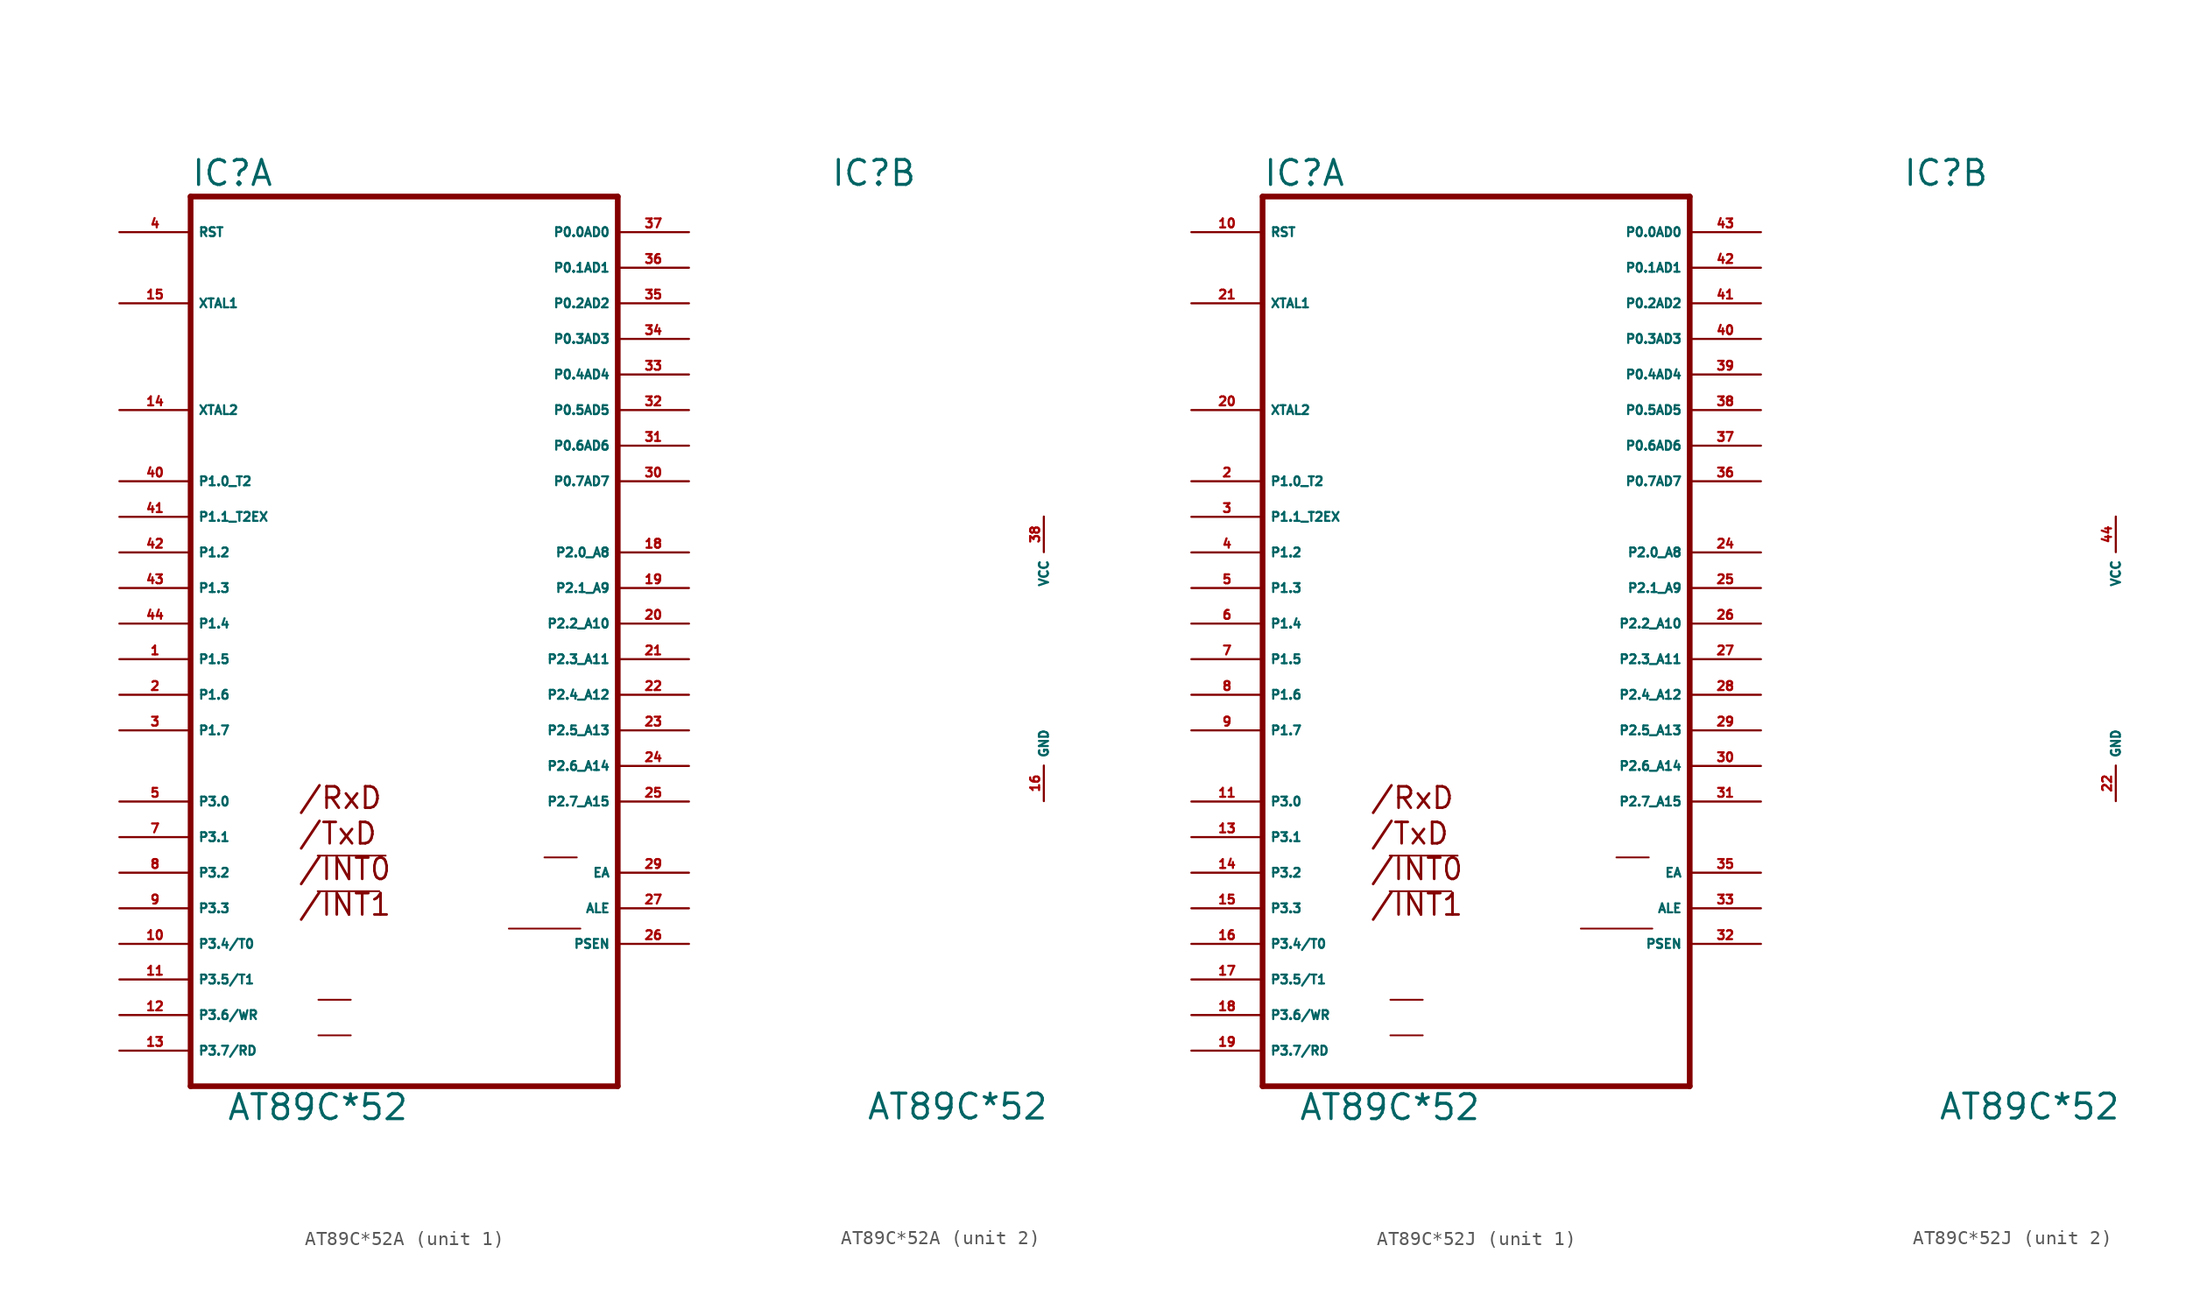
<source format=kicad_sym>
(kicad_symbol_lib
  (version 20220914)
  (generator Eagle2Kicad)
  (symbol "AT89C*52A"
    (property "Reference" "IC"
      (at -15.24 33.655 0)
      (effects (font (size 1.778 1.778) (thickness 0.22)) (justify left bottom)))
    (property "Value" "AT89C*52"
      (at -12.7 -33.02 0)
      (effects (font (size 1.778 1.778) (thickness 0.22)) (justify left bottom)))
    (symbol "AT89C*52A_1_0"
      (polyline (pts (xy -6.172 -16.561) (xy -1.778 -16.561)) (stroke (width 0.127) (type default)) (fill (type none)))
      (polyline (pts (xy -6.172 -14.021) (xy -1.321 -14.021)) (stroke (width 0.127) (type default)) (fill (type none)))
      (polyline (pts (xy -6.121 -26.848) (xy -3.81 -26.848)) (stroke (width 0.127) (type default)) (fill (type none)))
      (polyline (pts (xy -6.121 -24.308) (xy -3.81 -24.308)) (stroke (width 0.127) (type default)) (fill (type none)))
      (polyline (pts (xy 7.468 -19.228) (xy 12.573 -19.228)) (stroke (width 0.127) (type default)) (fill (type none)))
      (polyline (pts (xy 10.008 -14.148) (xy 12.319 -14.148)) (stroke (width 0.127) (type default)) (fill (type none)))
      (polyline (pts (xy -15.24 -30.48) (xy 15.24 -30.48)) (stroke (width 0.406) (type default)) (fill (type none)))
      (polyline (pts (xy 15.24 -30.48) (xy 15.24 33.02)) (stroke (width 0.406) (type default)) (fill (type none)))
      (polyline (pts (xy 15.24 33.02) (xy -15.24 33.02)) (stroke (width 0.406) (type default)) (fill (type none)))
      (polyline (pts (xy -15.24 33.02) (xy -15.24 -30.48)) (stroke (width 0.406) (type default)) (fill (type none)))
      (text "/INT1" (at -7.62 -18.415 0) (effects (font (size 1.524 1.524) (thickness 0.19)) (justify left bottom)))
      (text "/INT0" (at -7.62 -15.875 0) (effects (font (size 1.524 1.524) (thickness 0.19)) (justify left bottom)))
      (text "/RxD" (at -7.62 -10.795 0) (effects (font (size 1.524 1.524) (thickness 0.19)) (justify left bottom)))
      (text "/TxD" (at -7.62 -13.335 0) (effects (font (size 1.524 1.524) (thickness 0.19)) (justify left bottom)))
      (pin input line (at 20.32 -15.24 180) (length 5.08) (name "EA" (effects (font (size 0.635 0.635) (thickness 0.08)) (justify left bottom))) (number "29" (effects (font (size 0.635 0.635) (thickness 0.08)) (justify left bottom))))
      (pin bidirectional line (at 20.32 30.48 180) (length 5.08) (name "P0.0AD0" (effects (font (size 0.635 0.635) (thickness 0.08)) (justify left bottom))) (number "37" (effects (font (size 0.635 0.635) (thickness 0.08)) (justify left bottom))))
      (pin bidirectional line (at 20.32 27.94 180) (length 5.08) (name "P0.1AD1" (effects (font (size 0.635 0.635) (thickness 0.08)) (justify left bottom))) (number "36" (effects (font (size 0.635 0.635) (thickness 0.08)) (justify left bottom))))
      (pin bidirectional line (at 20.32 25.4 180) (length 5.08) (name "P0.2AD2" (effects (font (size 0.635 0.635) (thickness 0.08)) (justify left bottom))) (number "35" (effects (font (size 0.635 0.635) (thickness 0.08)) (justify left bottom))))
      (pin bidirectional line (at 20.32 22.86 180) (length 5.08) (name "P0.3AD3" (effects (font (size 0.635 0.635) (thickness 0.08)) (justify left bottom))) (number "34" (effects (font (size 0.635 0.635) (thickness 0.08)) (justify left bottom))))
      (pin bidirectional line (at 20.32 20.32 180) (length 5.08) (name "P0.4AD4" (effects (font (size 0.635 0.635) (thickness 0.08)) (justify left bottom))) (number "33" (effects (font (size 0.635 0.635) (thickness 0.08)) (justify left bottom))))
      (pin bidirectional line (at 20.32 17.78 180) (length 5.08) (name "P0.5AD5" (effects (font (size 0.635 0.635) (thickness 0.08)) (justify left bottom))) (number "32" (effects (font (size 0.635 0.635) (thickness 0.08)) (justify left bottom))))
      (pin bidirectional line (at 20.32 15.24 180) (length 5.08) (name "P0.6AD6" (effects (font (size 0.635 0.635) (thickness 0.08)) (justify left bottom))) (number "31" (effects (font (size 0.635 0.635) (thickness 0.08)) (justify left bottom))))
      (pin bidirectional line (at 20.32 12.7 180) (length 5.08) (name "P0.7AD7" (effects (font (size 0.635 0.635) (thickness 0.08)) (justify left bottom))) (number "30" (effects (font (size 0.635 0.635) (thickness 0.08)) (justify left bottom))))
      (pin input line (at -20.32 25.4 0) (length 5.08) (name "XTAL1" (effects (font (size 0.635 0.635) (thickness 0.08)) (justify left bottom))) (number "15" (effects (font (size 0.635 0.635) (thickness 0.08)) (justify left bottom))))
      (pin input line (at -20.32 17.78 0) (length 5.08) (name "XTAL2" (effects (font (size 0.635 0.635) (thickness 0.08)) (justify left bottom))) (number "14" (effects (font (size 0.635 0.635) (thickness 0.08)) (justify left bottom))))
      (pin input line (at -20.32 30.48 0) (length 5.08) (name "RST" (effects (font (size 0.635 0.635) (thickness 0.08)) (justify left bottom))) (number "4" (effects (font (size 0.635 0.635) (thickness 0.08)) (justify left bottom))))
      (pin output line (at 20.32 -17.78 180) (length 5.08) (name "ALE" (effects (font (size 0.635 0.635) (thickness 0.08)) (justify left bottom))) (number "27" (effects (font (size 0.635 0.635) (thickness 0.08)) (justify left bottom))))
      (pin output line (at 20.32 -20.32 180) (length 5.08) (name "PSEN" (effects (font (size 0.635 0.635) (thickness 0.08)) (justify left bottom))) (number "26" (effects (font (size 0.635 0.635) (thickness 0.08)) (justify left bottom))))
      (pin bidirectional line (at 20.32 7.62 180) (length 5.08) (name "P2.0_A8" (effects (font (size 0.635 0.635) (thickness 0.08)) (justify left bottom))) (number "18" (effects (font (size 0.635 0.635) (thickness 0.08)) (justify left bottom))))
      (pin bidirectional line (at 20.32 5.08 180) (length 5.08) (name "P2.1_A9" (effects (font (size 0.635 0.635) (thickness 0.08)) (justify left bottom))) (number "19" (effects (font (size 0.635 0.635) (thickness 0.08)) (justify left bottom))))
      (pin bidirectional line (at 20.32 2.54 180) (length 5.08) (name "P2.2_A10" (effects (font (size 0.635 0.635) (thickness 0.08)) (justify left bottom))) (number "20" (effects (font (size 0.635 0.635) (thickness 0.08)) (justify left bottom))))
      (pin bidirectional line (at 20.32 0 180) (length 5.08) (name "P2.3_A11" (effects (font (size 0.635 0.635) (thickness 0.08)) (justify left bottom))) (number "21" (effects (font (size 0.635 0.635) (thickness 0.08)) (justify left bottom))))
      (pin bidirectional line (at 20.32 -2.54 180) (length 5.08) (name "P2.4_A12" (effects (font (size 0.635 0.635) (thickness 0.08)) (justify left bottom))) (number "22" (effects (font (size 0.635 0.635) (thickness 0.08)) (justify left bottom))))
      (pin bidirectional line (at 20.32 -5.08 180) (length 5.08) (name "P2.5_A13" (effects (font (size 0.635 0.635) (thickness 0.08)) (justify left bottom))) (number "23" (effects (font (size 0.635 0.635) (thickness 0.08)) (justify left bottom))))
      (pin bidirectional line (at 20.32 -7.62 180) (length 5.08) (name "P2.6_A14" (effects (font (size 0.635 0.635) (thickness 0.08)) (justify left bottom))) (number "24" (effects (font (size 0.635 0.635) (thickness 0.08)) (justify left bottom))))
      (pin bidirectional line (at 20.32 -10.16 180) (length 5.08) (name "P2.7_A15" (effects (font (size 0.635 0.635) (thickness 0.08)) (justify left bottom))) (number "25" (effects (font (size 0.635 0.635) (thickness 0.08)) (justify left bottom))))
      (pin bidirectional line (at -20.32 12.7 0) (length 5.08) (name "P1.0_T2" (effects (font (size 0.635 0.635) (thickness 0.08)) (justify left bottom))) (number "40" (effects (font (size 0.635 0.635) (thickness 0.08)) (justify left bottom))))
      (pin bidirectional line (at -20.32 10.16 0) (length 5.08) (name "P1.1_T2EX" (effects (font (size 0.635 0.635) (thickness 0.08)) (justify left bottom))) (number "41" (effects (font (size 0.635 0.635) (thickness 0.08)) (justify left bottom))))
      (pin bidirectional line (at -20.32 7.62 0) (length 5.08) (name "P1.2" (effects (font (size 0.635 0.635) (thickness 0.08)) (justify left bottom))) (number "42" (effects (font (size 0.635 0.635) (thickness 0.08)) (justify left bottom))))
      (pin bidirectional line (at -20.32 5.08 0) (length 5.08) (name "P1.3" (effects (font (size 0.635 0.635) (thickness 0.08)) (justify left bottom))) (number "43" (effects (font (size 0.635 0.635) (thickness 0.08)) (justify left bottom))))
      (pin bidirectional line (at -20.32 2.54 0) (length 5.08) (name "P1.4" (effects (font (size 0.635 0.635) (thickness 0.08)) (justify left bottom))) (number "44" (effects (font (size 0.635 0.635) (thickness 0.08)) (justify left bottom))))
      (pin bidirectional line (at -20.32 0 0) (length 5.08) (name "P1.5" (effects (font (size 0.635 0.635) (thickness 0.08)) (justify left bottom))) (number "1" (effects (font (size 0.635 0.635) (thickness 0.08)) (justify left bottom))))
      (pin bidirectional line (at -20.32 -2.54 0) (length 5.08) (name "P1.6" (effects (font (size 0.635 0.635) (thickness 0.08)) (justify left bottom))) (number "2" (effects (font (size 0.635 0.635) (thickness 0.08)) (justify left bottom))))
      (pin bidirectional line (at -20.32 -5.08 0) (length 5.08) (name "P1.7" (effects (font (size 0.635 0.635) (thickness 0.08)) (justify left bottom))) (number "3" (effects (font (size 0.635 0.635) (thickness 0.08)) (justify left bottom))))
      (pin bidirectional line (at -20.32 -10.16 0) (length 5.08) (name "P3.0" (effects (font (size 0.635 0.635) (thickness 0.08)) (justify left bottom))) (number "5" (effects (font (size 0.635 0.635) (thickness 0.08)) (justify left bottom))))
      (pin bidirectional line (at -20.32 -12.7 0) (length 5.08) (name "P3.1" (effects (font (size 0.635 0.635) (thickness 0.08)) (justify left bottom))) (number "7" (effects (font (size 0.635 0.635) (thickness 0.08)) (justify left bottom))))
      (pin bidirectional line (at -20.32 -15.24 0) (length 5.08) (name "P3.2" (effects (font (size 0.635 0.635) (thickness 0.08)) (justify left bottom))) (number "8" (effects (font (size 0.635 0.635) (thickness 0.08)) (justify left bottom))))
      (pin bidirectional line (at -20.32 -17.78 0) (length 5.08) (name "P3.3" (effects (font (size 0.635 0.635) (thickness 0.08)) (justify left bottom))) (number "9" (effects (font (size 0.635 0.635) (thickness 0.08)) (justify left bottom))))
      (pin bidirectional line (at -20.32 -20.32 0) (length 5.08) (name "P3.4/T0" (effects (font (size 0.635 0.635) (thickness 0.08)) (justify left bottom))) (number "10" (effects (font (size 0.635 0.635) (thickness 0.08)) (justify left bottom))))
      (pin bidirectional line (at -20.32 -22.86 0) (length 5.08) (name "P3.5/T1" (effects (font (size 0.635 0.635) (thickness 0.08)) (justify left bottom))) (number "11" (effects (font (size 0.635 0.635) (thickness 0.08)) (justify left bottom))))
      (pin bidirectional line (at -20.32 -25.4 0) (length 5.08) (name "P3.6/WR" (effects (font (size 0.635 0.635) (thickness 0.08)) (justify left bottom))) (number "12" (effects (font (size 0.635 0.635) (thickness 0.08)) (justify left bottom))))
      (pin bidirectional line (at -20.32 -27.94 0) (length 5.08) (name "P3.7/RD" (effects (font (size 0.635 0.635) (thickness 0.08)) (justify left bottom))) (number "13" (effects (font (size 0.635 0.635) (thickness 0.08)) (justify left bottom)))))
    (symbol "AT89C*52A_2_0"
      (pin unspecified line (at 0 -10.16 90) (length 2.54) (name "GND" (effects (font (size 0.635 0.635) (thickness 0.08)) (justify left bottom))) (number "16" (effects (font (size 0.635 0.635) (thickness 0.08)) (justify left bottom))))
      (pin unspecified line (at 0 10.16 270) (length 2.54) (name "VCC" (effects (font (size 0.635 0.635) (thickness 0.08)) (justify left bottom))) (number "38" (effects (font (size 0.635 0.635) (thickness 0.08)) (justify left bottom))))))
  (symbol "AT89C*52J"
    (property "Reference" "IC"
      (at -15.24 33.655 0)
      (effects (font (size 1.778 1.778) (thickness 0.22)) (justify left bottom)))
    (property "Value" "AT89C*52"
      (at -12.7 -33.02 0)
      (effects (font (size 1.778 1.778) (thickness 0.22)) (justify left bottom)))
    (symbol "AT89C*52J_1_0"
      (polyline (pts (xy -6.172 -16.561) (xy -1.778 -16.561)) (stroke (width 0.127) (type default)) (fill (type none)))
      (polyline (pts (xy -6.172 -14.021) (xy -1.321 -14.021)) (stroke (width 0.127) (type default)) (fill (type none)))
      (polyline (pts (xy -6.121 -26.848) (xy -3.81 -26.848)) (stroke (width 0.127) (type default)) (fill (type none)))
      (polyline (pts (xy -6.121 -24.308) (xy -3.81 -24.308)) (stroke (width 0.127) (type default)) (fill (type none)))
      (polyline (pts (xy 7.468 -19.228) (xy 12.573 -19.228)) (stroke (width 0.127) (type default)) (fill (type none)))
      (polyline (pts (xy 10.008 -14.148) (xy 12.319 -14.148)) (stroke (width 0.127) (type default)) (fill (type none)))
      (polyline (pts (xy -15.24 -30.48) (xy 15.24 -30.48)) (stroke (width 0.406) (type default)) (fill (type none)))
      (polyline (pts (xy 15.24 -30.48) (xy 15.24 33.02)) (stroke (width 0.406) (type default)) (fill (type none)))
      (polyline (pts (xy 15.24 33.02) (xy -15.24 33.02)) (stroke (width 0.406) (type default)) (fill (type none)))
      (polyline (pts (xy -15.24 33.02) (xy -15.24 -30.48)) (stroke (width 0.406) (type default)) (fill (type none)))
      (text "/INT1" (at -7.62 -18.415 0) (effects (font (size 1.524 1.524) (thickness 0.19)) (justify left bottom)))
      (text "/INT0" (at -7.62 -15.875 0) (effects (font (size 1.524 1.524) (thickness 0.19)) (justify left bottom)))
      (text "/RxD" (at -7.62 -10.795 0) (effects (font (size 1.524 1.524) (thickness 0.19)) (justify left bottom)))
      (text "/TxD" (at -7.62 -13.335 0) (effects (font (size 1.524 1.524) (thickness 0.19)) (justify left bottom)))
      (pin input line (at 20.32 -15.24 180) (length 5.08) (name "EA" (effects (font (size 0.635 0.635) (thickness 0.08)) (justify left bottom))) (number "35" (effects (font (size 0.635 0.635) (thickness 0.08)) (justify left bottom))))
      (pin bidirectional line (at 20.32 30.48 180) (length 5.08) (name "P0.0AD0" (effects (font (size 0.635 0.635) (thickness 0.08)) (justify left bottom))) (number "43" (effects (font (size 0.635 0.635) (thickness 0.08)) (justify left bottom))))
      (pin bidirectional line (at 20.32 27.94 180) (length 5.08) (name "P0.1AD1" (effects (font (size 0.635 0.635) (thickness 0.08)) (justify left bottom))) (number "42" (effects (font (size 0.635 0.635) (thickness 0.08)) (justify left bottom))))
      (pin bidirectional line (at 20.32 25.4 180) (length 5.08) (name "P0.2AD2" (effects (font (size 0.635 0.635) (thickness 0.08)) (justify left bottom))) (number "41" (effects (font (size 0.635 0.635) (thickness 0.08)) (justify left bottom))))
      (pin bidirectional line (at 20.32 22.86 180) (length 5.08) (name "P0.3AD3" (effects (font (size 0.635 0.635) (thickness 0.08)) (justify left bottom))) (number "40" (effects (font (size 0.635 0.635) (thickness 0.08)) (justify left bottom))))
      (pin bidirectional line (at 20.32 20.32 180) (length 5.08) (name "P0.4AD4" (effects (font (size 0.635 0.635) (thickness 0.08)) (justify left bottom))) (number "39" (effects (font (size 0.635 0.635) (thickness 0.08)) (justify left bottom))))
      (pin bidirectional line (at 20.32 17.78 180) (length 5.08) (name "P0.5AD5" (effects (font (size 0.635 0.635) (thickness 0.08)) (justify left bottom))) (number "38" (effects (font (size 0.635 0.635) (thickness 0.08)) (justify left bottom))))
      (pin bidirectional line (at 20.32 15.24 180) (length 5.08) (name "P0.6AD6" (effects (font (size 0.635 0.635) (thickness 0.08)) (justify left bottom))) (number "37" (effects (font (size 0.635 0.635) (thickness 0.08)) (justify left bottom))))
      (pin bidirectional line (at 20.32 12.7 180) (length 5.08) (name "P0.7AD7" (effects (font (size 0.635 0.635) (thickness 0.08)) (justify left bottom))) (number "36" (effects (font (size 0.635 0.635) (thickness 0.08)) (justify left bottom))))
      (pin input line (at -20.32 25.4 0) (length 5.08) (name "XTAL1" (effects (font (size 0.635 0.635) (thickness 0.08)) (justify left bottom))) (number "21" (effects (font (size 0.635 0.635) (thickness 0.08)) (justify left bottom))))
      (pin input line (at -20.32 17.78 0) (length 5.08) (name "XTAL2" (effects (font (size 0.635 0.635) (thickness 0.08)) (justify left bottom))) (number "20" (effects (font (size 0.635 0.635) (thickness 0.08)) (justify left bottom))))
      (pin input line (at -20.32 30.48 0) (length 5.08) (name "RST" (effects (font (size 0.635 0.635) (thickness 0.08)) (justify left bottom))) (number "10" (effects (font (size 0.635 0.635) (thickness 0.08)) (justify left bottom))))
      (pin output line (at 20.32 -17.78 180) (length 5.08) (name "ALE" (effects (font (size 0.635 0.635) (thickness 0.08)) (justify left bottom))) (number "33" (effects (font (size 0.635 0.635) (thickness 0.08)) (justify left bottom))))
      (pin output line (at 20.32 -20.32 180) (length 5.08) (name "PSEN" (effects (font (size 0.635 0.635) (thickness 0.08)) (justify left bottom))) (number "32" (effects (font (size 0.635 0.635) (thickness 0.08)) (justify left bottom))))
      (pin bidirectional line (at 20.32 7.62 180) (length 5.08) (name "P2.0_A8" (effects (font (size 0.635 0.635) (thickness 0.08)) (justify left bottom))) (number "24" (effects (font (size 0.635 0.635) (thickness 0.08)) (justify left bottom))))
      (pin bidirectional line (at 20.32 5.08 180) (length 5.08) (name "P2.1_A9" (effects (font (size 0.635 0.635) (thickness 0.08)) (justify left bottom))) (number "25" (effects (font (size 0.635 0.635) (thickness 0.08)) (justify left bottom))))
      (pin bidirectional line (at 20.32 2.54 180) (length 5.08) (name "P2.2_A10" (effects (font (size 0.635 0.635) (thickness 0.08)) (justify left bottom))) (number "26" (effects (font (size 0.635 0.635) (thickness 0.08)) (justify left bottom))))
      (pin bidirectional line (at 20.32 0 180) (length 5.08) (name "P2.3_A11" (effects (font (size 0.635 0.635) (thickness 0.08)) (justify left bottom))) (number "27" (effects (font (size 0.635 0.635) (thickness 0.08)) (justify left bottom))))
      (pin bidirectional line (at 20.32 -2.54 180) (length 5.08) (name "P2.4_A12" (effects (font (size 0.635 0.635) (thickness 0.08)) (justify left bottom))) (number "28" (effects (font (size 0.635 0.635) (thickness 0.08)) (justify left bottom))))
      (pin bidirectional line (at 20.32 -5.08 180) (length 5.08) (name "P2.5_A13" (effects (font (size 0.635 0.635) (thickness 0.08)) (justify left bottom))) (number "29" (effects (font (size 0.635 0.635) (thickness 0.08)) (justify left bottom))))
      (pin bidirectional line (at 20.32 -7.62 180) (length 5.08) (name "P2.6_A14" (effects (font (size 0.635 0.635) (thickness 0.08)) (justify left bottom))) (number "30" (effects (font (size 0.635 0.635) (thickness 0.08)) (justify left bottom))))
      (pin bidirectional line (at 20.32 -10.16 180) (length 5.08) (name "P2.7_A15" (effects (font (size 0.635 0.635) (thickness 0.08)) (justify left bottom))) (number "31" (effects (font (size 0.635 0.635) (thickness 0.08)) (justify left bottom))))
      (pin bidirectional line (at -20.32 12.7 0) (length 5.08) (name "P1.0_T2" (effects (font (size 0.635 0.635) (thickness 0.08)) (justify left bottom))) (number "2" (effects (font (size 0.635 0.635) (thickness 0.08)) (justify left bottom))))
      (pin bidirectional line (at -20.32 10.16 0) (length 5.08) (name "P1.1_T2EX" (effects (font (size 0.635 0.635) (thickness 0.08)) (justify left bottom))) (number "3" (effects (font (size 0.635 0.635) (thickness 0.08)) (justify left bottom))))
      (pin bidirectional line (at -20.32 7.62 0) (length 5.08) (name "P1.2" (effects (font (size 0.635 0.635) (thickness 0.08)) (justify left bottom))) (number "4" (effects (font (size 0.635 0.635) (thickness 0.08)) (justify left bottom))))
      (pin bidirectional line (at -20.32 5.08 0) (length 5.08) (name "P1.3" (effects (font (size 0.635 0.635) (thickness 0.08)) (justify left bottom))) (number "5" (effects (font (size 0.635 0.635) (thickness 0.08)) (justify left bottom))))
      (pin bidirectional line (at -20.32 2.54 0) (length 5.08) (name "P1.4" (effects (font (size 0.635 0.635) (thickness 0.08)) (justify left bottom))) (number "6" (effects (font (size 0.635 0.635) (thickness 0.08)) (justify left bottom))))
      (pin bidirectional line (at -20.32 0 0) (length 5.08) (name "P1.5" (effects (font (size 0.635 0.635) (thickness 0.08)) (justify left bottom))) (number "7" (effects (font (size 0.635 0.635) (thickness 0.08)) (justify left bottom))))
      (pin bidirectional line (at -20.32 -2.54 0) (length 5.08) (name "P1.6" (effects (font (size 0.635 0.635) (thickness 0.08)) (justify left bottom))) (number "8" (effects (font (size 0.635 0.635) (thickness 0.08)) (justify left bottom))))
      (pin bidirectional line (at -20.32 -5.08 0) (length 5.08) (name "P1.7" (effects (font (size 0.635 0.635) (thickness 0.08)) (justify left bottom))) (number "9" (effects (font (size 0.635 0.635) (thickness 0.08)) (justify left bottom))))
      (pin bidirectional line (at -20.32 -10.16 0) (length 5.08) (name "P3.0" (effects (font (size 0.635 0.635) (thickness 0.08)) (justify left bottom))) (number "11" (effects (font (size 0.635 0.635) (thickness 0.08)) (justify left bottom))))
      (pin bidirectional line (at -20.32 -12.7 0) (length 5.08) (name "P3.1" (effects (font (size 0.635 0.635) (thickness 0.08)) (justify left bottom))) (number "13" (effects (font (size 0.635 0.635) (thickness 0.08)) (justify left bottom))))
      (pin bidirectional line (at -20.32 -15.24 0) (length 5.08) (name "P3.2" (effects (font (size 0.635 0.635) (thickness 0.08)) (justify left bottom))) (number "14" (effects (font (size 0.635 0.635) (thickness 0.08)) (justify left bottom))))
      (pin bidirectional line (at -20.32 -17.78 0) (length 5.08) (name "P3.3" (effects (font (size 0.635 0.635) (thickness 0.08)) (justify left bottom))) (number "15" (effects (font (size 0.635 0.635) (thickness 0.08)) (justify left bottom))))
      (pin bidirectional line (at -20.32 -20.32 0) (length 5.08) (name "P3.4/T0" (effects (font (size 0.635 0.635) (thickness 0.08)) (justify left bottom))) (number "16" (effects (font (size 0.635 0.635) (thickness 0.08)) (justify left bottom))))
      (pin bidirectional line (at -20.32 -22.86 0) (length 5.08) (name "P3.5/T1" (effects (font (size 0.635 0.635) (thickness 0.08)) (justify left bottom))) (number "17" (effects (font (size 0.635 0.635) (thickness 0.08)) (justify left bottom))))
      (pin bidirectional line (at -20.32 -25.4 0) (length 5.08) (name "P3.6/WR" (effects (font (size 0.635 0.635) (thickness 0.08)) (justify left bottom))) (number "18" (effects (font (size 0.635 0.635) (thickness 0.08)) (justify left bottom))))
      (pin bidirectional line (at -20.32 -27.94 0) (length 5.08) (name "P3.7/RD" (effects (font (size 0.635 0.635) (thickness 0.08)) (justify left bottom))) (number "19" (effects (font (size 0.635 0.635) (thickness 0.08)) (justify left bottom)))))
    (symbol "AT89C*52J_2_0"
      (pin unspecified line (at 0 -10.16 90) (length 2.54) (name "GND" (effects (font (size 0.635 0.635) (thickness 0.08)) (justify left bottom))) (number "22" (effects (font (size 0.635 0.635) (thickness 0.08)) (justify left bottom))))
      (pin unspecified line (at 0 10.16 270) (length 2.54) (name "VCC" (effects (font (size 0.635 0.635) (thickness 0.08)) (justify left bottom))) (number "44" (effects (font (size 0.635 0.635) (thickness 0.08)) (justify left bottom)))))))
</source>
